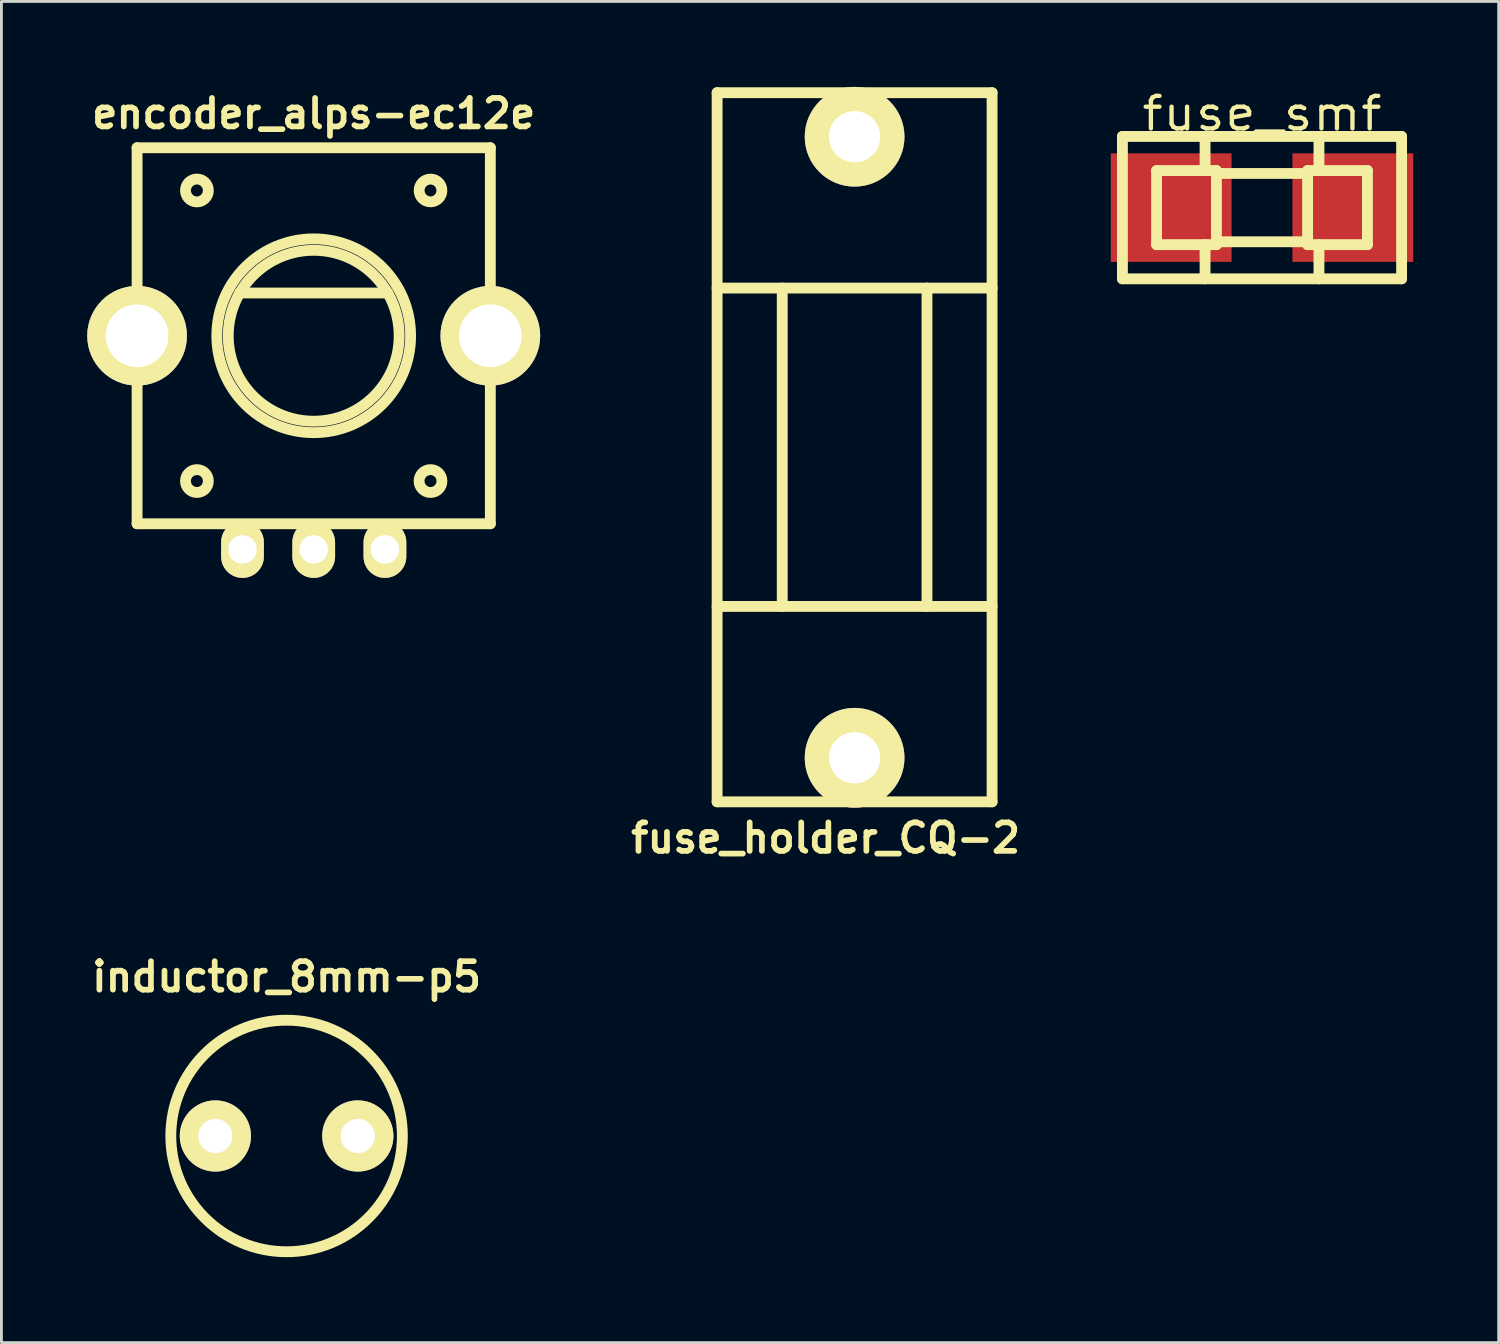
<source format=kicad_pcb>
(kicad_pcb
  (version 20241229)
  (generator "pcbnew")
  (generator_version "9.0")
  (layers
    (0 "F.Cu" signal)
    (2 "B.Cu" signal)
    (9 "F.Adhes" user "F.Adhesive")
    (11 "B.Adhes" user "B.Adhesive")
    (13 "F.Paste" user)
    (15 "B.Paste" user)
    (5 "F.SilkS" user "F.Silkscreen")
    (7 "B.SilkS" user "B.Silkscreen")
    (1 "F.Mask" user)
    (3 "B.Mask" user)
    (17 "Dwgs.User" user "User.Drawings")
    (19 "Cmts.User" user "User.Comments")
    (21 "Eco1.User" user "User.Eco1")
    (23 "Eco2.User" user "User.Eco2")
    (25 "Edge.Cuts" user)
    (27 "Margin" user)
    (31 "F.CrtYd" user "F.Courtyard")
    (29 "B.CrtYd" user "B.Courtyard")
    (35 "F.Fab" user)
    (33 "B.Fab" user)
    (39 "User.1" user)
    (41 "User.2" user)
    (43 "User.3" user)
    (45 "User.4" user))
  (footprint "encoder_alps-ec12e"
    (layer "F.Cu")
    (at 7.962 8.736)
    (property "Reference" "encoder_alps-ec12e" (at 0 -7.8 0) (layer "F.SilkS") (effects (font (size 1 1) (thickness 0.2))))
    (attr through_hole)
    (fp_line (start -6.2 -6.599) (end -6.2 6.599) (stroke (width 0.381) (type solid)) (layer "F.SilkS"))
    (fp_line (start -6.2 6.599) (end 6.2 6.599) (stroke (width 0.381) (type solid)) (layer "F.SilkS"))
    (fp_line (start -2.601 -1.501) (end 2.601 -1.501) (stroke (width 0.381) (type solid)) (layer "F.SilkS"))
    (fp_line (start 6.2 -6.599) (end -6.2 -6.599) (stroke (width 0.381) (type solid)) (layer "F.SilkS"))
    (fp_line (start 6.2 6.599) (end 6.2 -6.599) (stroke (width 0.381) (type solid)) (layer "F.SilkS"))
    (fp_circle (center -4.1 -5.1) (end -4.501 -5.1) (stroke (width 0.381) (type solid)) (fill no) (layer "F.SilkS"))
    (fp_circle (center -4.1 5.1) (end -4.501 5.1) (stroke (width 0.381) (type solid)) (fill no) (layer "F.SilkS"))
    (fp_circle (center 0 0) (end -3.401 0) (stroke (width 0.381) (type solid)) (fill no) (layer "F.SilkS"))
    (fp_circle (center 0 0) (end -3 0) (stroke (width 0.381) (type solid)) (fill no) (layer "F.SilkS"))
    (fp_circle (center 4.1 -5.1) (end 3.701 -5.1) (stroke (width 0.381) (type solid)) (fill no) (layer "F.SilkS"))
    (fp_circle (center 4.1 5.1) (end 4.501 5.1) (stroke (width 0.381) (type solid)) (fill no) (layer "F.SilkS"))
    (pad "" thru_hole circle (at -6.2 0) (size 3.5 3.5) (drill 2.2) (layers "*.Cu" "*.Mask" "F.SilkS"))
    (pad "" thru_hole circle (at 6.2 0) (size 3.5 3.5) (drill 2.2) (layers "*.Cu" "*.Mask" "F.SilkS"))
    (pad "1" thru_hole oval (at -2.5 7.5) (size 1.5 2) (drill 1) (layers "*.Cu" "*.Mask" "F.SilkS"))
    (pad "2" thru_hole oval (at 0 7.5) (size 1.5 2) (drill 1) (layers "*.Cu" "*.Mask" "F.SilkS"))
    (pad "3" thru_hole oval (at 2.5 7.5) (size 1.5 2) (drill 1) (layers "*.Cu" "*.Mask" "F.SilkS")))
  (footprint "inductor_8mm-p5"
    (layer "F.Cu")
    (at 7.01 36.826)
    (property "Reference" "inductor_8mm-p5" (at 0 -5.588 0) (layer "F.SilkS") (effects (font (size 1 1) (thickness 0.2))))
    (attr through_hole)
    (fp_circle (center 0 0) (end -4.064 0) (stroke (width 0.381) (type solid)) (fill no) (layer "F.SilkS"))
    (pad "1" thru_hole circle (at 2.5 0) (size 2.5 2.5) (drill 1.2) (layers "*.Cu" "*.Mask" "F.SilkS"))
    (pad "2" thru_hole circle (at -2.5 0) (size 2.5 2.5) (drill 1.2) (layers "*.Cu" "*.Mask" "F.SilkS")))
  (footprint "fuse_smf"
    (layer "F.Cu")
    (at 41.25 4.238)
    (property "Reference" "fuse_smf" (at 0 -3.302 0) (layer "F.SilkS") (effects (font (size 1.143 1.27) (thickness 0.152))))
    (attr smd)
    (fp_line (start -4.9 -2.499) (end 4.9 -2.499) (stroke (width 0.381) (type solid)) (layer "F.SilkS"))
    (fp_line (start -4.9 2.499) (end -4.9 -2.499) (stroke (width 0.381) (type solid)) (layer "F.SilkS"))
    (fp_line (start -3.701 -1.3) (end -3.701 1.3) (stroke (width 0.381) (type solid)) (layer "F.SilkS"))
    (fp_line (start -3.701 -1.3) (end -1.6 -1.3) (stroke (width 0.381) (type solid)) (layer "F.SilkS"))
    (fp_line (start -1.999 -2.499) (end -1.999 -1.3) (stroke (width 0.381) (type solid)) (layer "F.SilkS"))
    (fp_line (start -1.999 2.499) (end -1.999 1.3) (stroke (width 0.381) (type solid)) (layer "F.SilkS"))
    (fp_line (start -1.6 -1.3) (end -1.6 1.3) (stroke (width 0.381) (type solid)) (layer "F.SilkS"))
    (fp_line (start -1.6 1.3) (end -3.701 1.3) (stroke (width 0.381) (type solid)) (layer "F.SilkS"))
    (fp_line (start 1.6 -1.3) (end 1.6 1.3) (stroke (width 0.381) (type solid)) (layer "F.SilkS"))
    (fp_line (start 1.6 -1.199) (end -1.6 -1.199) (stroke (width 0.381) (type solid)) (layer "F.SilkS"))
    (fp_line (start 1.6 1.199) (end -1.6 1.199) (stroke (width 0.381) (type solid)) (layer "F.SilkS"))
    (fp_line (start 1.999 -1.3) (end 1.999 -2.499) (stroke (width 0.381) (type solid)) (layer "F.SilkS"))
    (fp_line (start 1.999 2.499) (end 1.999 1.3) (stroke (width 0.381) (type solid)) (layer "F.SilkS"))
    (fp_line (start 3.701 -1.3) (end 1.6 -1.3) (stroke (width 0.381) (type solid)) (layer "F.SilkS"))
    (fp_line (start 3.701 1.3) (end 1.6 1.3) (stroke (width 0.381) (type solid)) (layer "F.SilkS"))
    (fp_line (start 3.701 1.3) (end 3.701 -1.3) (stroke (width 0.381) (type solid)) (layer "F.SilkS"))
    (fp_line (start 4.9 -2.499) (end 4.9 2.499) (stroke (width 0.381) (type solid)) (layer "F.SilkS"))
    (fp_line (start 4.9 2.499) (end -4.9 2.499) (stroke (width 0.381) (type solid)) (layer "F.SilkS"))
    (pad "1" smd rect (at -3.188 0) (size 4.239 3.81) (layers "F.Cu" "F.Mask" "F.Paste"))
    (pad "2" smd rect (at 3.188 0) (size 4.239 3.81) (layers "F.Cu" "F.Mask" "F.Paste")))
  (footprint "fuse_holder_CQ-2"
    (layer "F.Cu")
    (at 26.949 12.65)
    (property "Reference" "fuse_holder_CQ-2" (at -1.016 13.716 0) (layer "F.SilkS") (effects (font (size 1 1) (thickness 0.2))))
    (attr through_hole)
    (fp_line (start -4.826 -12.446) (end 4.826 -12.446) (stroke (width 0.381) (type solid)) (layer "F.SilkS"))
    (fp_line (start -4.826 -5.588) (end 4.826 -5.588) (stroke (width 0.381) (type solid)) (layer "F.SilkS"))
    (fp_line (start -4.826 12.446) (end -4.826 -12.446) (stroke (width 0.381) (type solid)) (layer "F.SilkS"))
    (fp_line (start -2.54 -5.588) (end -2.54 5.588) (stroke (width 0.381) (type solid)) (layer "F.SilkS"))
    (fp_line (start 2.54 5.588) (end 2.54 -5.588) (stroke (width 0.381) (type solid)) (layer "F.SilkS"))
    (fp_line (start 4.826 -12.446) (end 4.826 12.446) (stroke (width 0.381) (type solid)) (layer "F.SilkS"))
    (fp_line (start 4.826 5.588) (end -4.826 5.588) (stroke (width 0.381) (type solid)) (layer "F.SilkS"))
    (fp_line (start 4.826 12.446) (end -4.826 12.446) (stroke (width 0.381) (type solid)) (layer "F.SilkS"))
    (pad "1" thru_hole circle (at 0 -10.9) (size 3.5 3.5) (drill 1.8) (layers "*.Cu" "*.Mask" "F.SilkS"))
    (pad "2" thru_hole circle (at 0 10.9) (size 3.5 3.5) (drill 1.8) (layers "*.Cu" "*.Mask" "F.SilkS")))
  (gr_rect
    (start -3 -3)
    (end 49.558 44.081)
    (stroke (width 0.1) (type default))
    (fill no)
    (layer "Edge.Cuts")))
</source>
